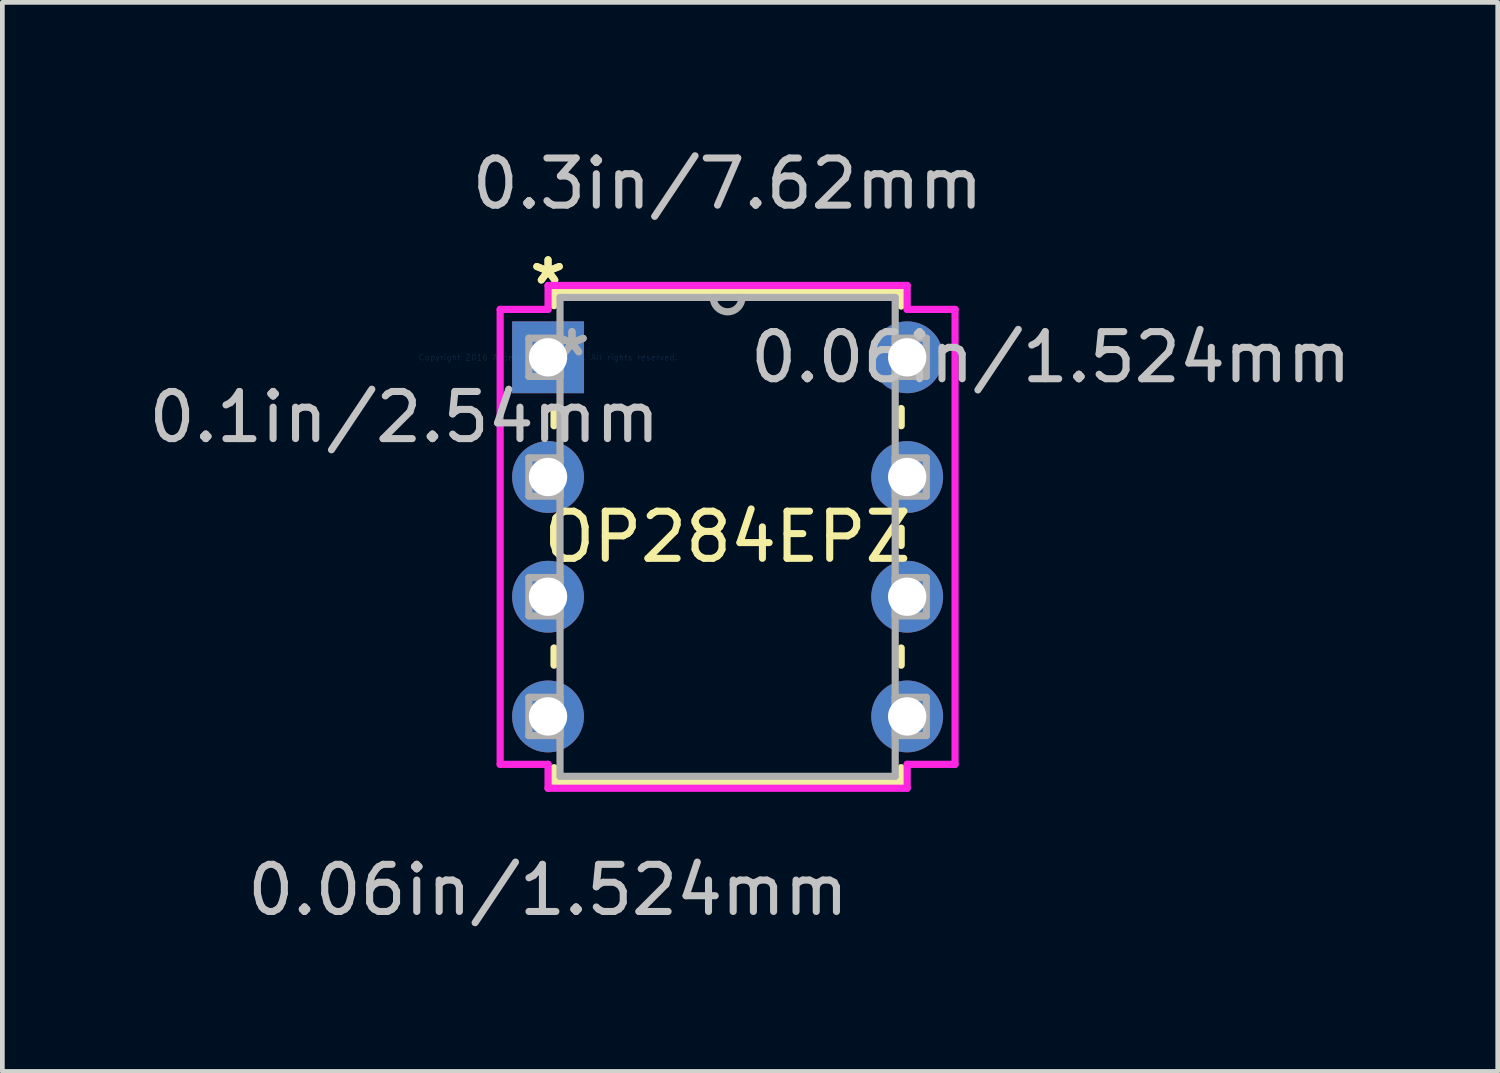
<source format=kicad_pcb>
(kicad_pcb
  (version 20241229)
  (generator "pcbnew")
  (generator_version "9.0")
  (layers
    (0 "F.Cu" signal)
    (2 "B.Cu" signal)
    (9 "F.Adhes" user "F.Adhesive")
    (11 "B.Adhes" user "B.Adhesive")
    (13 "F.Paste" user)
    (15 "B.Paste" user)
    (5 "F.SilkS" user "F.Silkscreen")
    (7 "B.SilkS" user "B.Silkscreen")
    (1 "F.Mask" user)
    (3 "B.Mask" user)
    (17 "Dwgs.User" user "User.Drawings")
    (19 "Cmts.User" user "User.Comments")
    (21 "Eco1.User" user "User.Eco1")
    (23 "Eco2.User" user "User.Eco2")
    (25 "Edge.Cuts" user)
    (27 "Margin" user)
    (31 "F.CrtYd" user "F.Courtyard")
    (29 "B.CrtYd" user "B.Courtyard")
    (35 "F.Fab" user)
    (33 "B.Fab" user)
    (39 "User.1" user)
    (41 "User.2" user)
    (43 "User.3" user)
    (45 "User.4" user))
  (footprint "OP284EPZ"
    (layer "F.Cu")
    (at 8.578 4.531)
    (property "Reference" "OP284EPZ" (at 3.81 3.81 0) (layer "F.SilkS") (effects (font (size 1 1) (thickness 0.15))))
    (attr through_hole)
    (fp_line (start 0.127 -1.397) (end 0.127 -1.095) (stroke (width 0.152) (type solid)) (layer "F.SilkS"))
    (fp_line (start 0.127 1.095) (end 0.127 1.453) (stroke (width 0.152) (type solid)) (layer "F.SilkS"))
    (fp_line (start 0.127 3.627) (end 0.127 3.993) (stroke (width 0.152) (type solid)) (layer "F.SilkS"))
    (fp_line (start 0.127 6.167) (end 0.127 6.533) (stroke (width 0.152) (type solid)) (layer "F.SilkS"))
    (fp_line (start 0.127 8.707) (end 0.127 9.017) (stroke (width 0.152) (type solid)) (layer "F.SilkS"))
    (fp_line (start 0.127 9.017) (end 7.493 9.017) (stroke (width 0.152) (type solid)) (layer "F.SilkS"))
    (fp_line (start 7.493 -1.397) (end 0.127 -1.397) (stroke (width 0.152) (type solid)) (layer "F.SilkS"))
    (fp_line (start 7.493 -1.087) (end 7.493 -1.397) (stroke (width 0.152) (type solid)) (layer "F.SilkS"))
    (fp_line (start 7.493 1.453) (end 7.493 1.087) (stroke (width 0.152) (type solid)) (layer "F.SilkS"))
    (fp_line (start 7.493 3.993) (end 7.493 3.627) (stroke (width 0.152) (type solid)) (layer "F.SilkS"))
    (fp_line (start 7.493 6.533) (end 7.493 6.167) (stroke (width 0.152) (type solid)) (layer "F.SilkS"))
    (fp_line (start 7.493 9.017) (end 7.493 8.707) (stroke (width 0.152) (type solid)) (layer "F.SilkS"))
    (fp_line (start -1.016 -1.016) (end -1.016 8.636) (stroke (width 0.152) (type solid)) (layer "F.CrtYd"))
    (fp_line (start -1.016 8.636) (end 0 8.636) (stroke (width 0.152) (type solid)) (layer "F.CrtYd"))
    (fp_line (start 0 -1.524) (end 0 -1.016) (stroke (width 0.152) (type solid)) (layer "F.CrtYd"))
    (fp_line (start 0 -1.016) (end -1.016 -1.016) (stroke (width 0.152) (type solid)) (layer "F.CrtYd"))
    (fp_line (start 0 8.636) (end 0 9.144) (stroke (width 0.152) (type solid)) (layer "F.CrtYd"))
    (fp_line (start 0 9.144) (end 7.62 9.144) (stroke (width 0.152) (type solid)) (layer "F.CrtYd"))
    (fp_line (start 7.62 -1.524) (end 0 -1.524) (stroke (width 0.152) (type solid)) (layer "F.CrtYd"))
    (fp_line (start 7.62 -1.016) (end 7.62 -1.524) (stroke (width 0.152) (type solid)) (layer "F.CrtYd"))
    (fp_line (start 7.62 8.636) (end 8.636 8.636) (stroke (width 0.152) (type solid)) (layer "F.CrtYd"))
    (fp_line (start 7.62 9.144) (end 7.62 8.636) (stroke (width 0.152) (type solid)) (layer "F.CrtYd"))
    (fp_line (start 8.636 -1.016) (end 7.62 -1.016) (stroke (width 0.152) (type solid)) (layer "F.CrtYd"))
    (fp_line (start 8.636 8.636) (end 8.636 -1.016) (stroke (width 0.152) (type solid)) (layer "F.CrtYd"))
    (fp_line (start -0.406 -0.406) (end -0.406 0.406) (stroke (width 0.152) (type solid)) (layer "F.Fab"))
    (fp_line (start -0.406 0.406) (end 0.254 0.406) (stroke (width 0.152) (type solid)) (layer "F.Fab"))
    (fp_line (start -0.406 2.134) (end -0.406 2.946) (stroke (width 0.152) (type solid)) (layer "F.Fab"))
    (fp_line (start -0.406 2.946) (end 0.254 2.946) (stroke (width 0.152) (type solid)) (layer "F.Fab"))
    (fp_line (start -0.406 4.674) (end -0.406 5.486) (stroke (width 0.152) (type solid)) (layer "F.Fab"))
    (fp_line (start -0.406 5.486) (end 0.254 5.486) (stroke (width 0.152) (type solid)) (layer "F.Fab"))
    (fp_line (start -0.406 7.214) (end -0.406 8.026) (stroke (width 0.152) (type solid)) (layer "F.Fab"))
    (fp_line (start -0.406 8.026) (end 0.254 8.026) (stroke (width 0.152) (type solid)) (layer "F.Fab"))
    (fp_line (start 0.254 -1.27) (end 0.254 8.89) (stroke (width 0.152) (type solid)) (layer "F.Fab"))
    (fp_line (start 0.254 -0.406) (end -0.406 -0.406) (stroke (width 0.152) (type solid)) (layer "F.Fab"))
    (fp_line (start 0.254 0.406) (end 0.254 -0.406) (stroke (width 0.152) (type solid)) (layer "F.Fab"))
    (fp_line (start 0.254 2.134) (end -0.406 2.134) (stroke (width 0.152) (type solid)) (layer "F.Fab"))
    (fp_line (start 0.254 2.946) (end 0.254 2.134) (stroke (width 0.152) (type solid)) (layer "F.Fab"))
    (fp_line (start 0.254 4.674) (end -0.406 4.674) (stroke (width 0.152) (type solid)) (layer "F.Fab"))
    (fp_line (start 0.254 5.486) (end 0.254 4.674) (stroke (width 0.152) (type solid)) (layer "F.Fab"))
    (fp_line (start 0.254 7.214) (end -0.406 7.214) (stroke (width 0.152) (type solid)) (layer "F.Fab"))
    (fp_line (start 0.254 8.026) (end 0.254 7.214) (stroke (width 0.152) (type solid)) (layer "F.Fab"))
    (fp_line (start 0.254 8.89) (end 7.366 8.89) (stroke (width 0.152) (type solid)) (layer "F.Fab"))
    (fp_line (start 7.366 -1.27) (end 0.254 -1.27) (stroke (width 0.152) (type solid)) (layer "F.Fab"))
    (fp_line (start 7.366 -0.406) (end 7.366 0.406) (stroke (width 0.152) (type solid)) (layer "F.Fab"))
    (fp_line (start 7.366 0.406) (end 8.026 0.406) (stroke (width 0.152) (type solid)) (layer "F.Fab"))
    (fp_line (start 7.366 2.134) (end 7.366 2.946) (stroke (width 0.152) (type solid)) (layer "F.Fab"))
    (fp_line (start 7.366 2.946) (end 8.026 2.946) (stroke (width 0.152) (type solid)) (layer "F.Fab"))
    (fp_line (start 7.366 4.674) (end 7.366 5.486) (stroke (width 0.152) (type solid)) (layer "F.Fab"))
    (fp_line (start 7.366 5.486) (end 8.026 5.486) (stroke (width 0.152) (type solid)) (layer "F.Fab"))
    (fp_line (start 7.366 7.214) (end 7.366 8.026) (stroke (width 0.152) (type solid)) (layer "F.Fab"))
    (fp_line (start 7.366 8.026) (end 8.026 8.026) (stroke (width 0.152) (type solid)) (layer "F.Fab"))
    (fp_line (start 7.366 8.89) (end 7.366 -1.27) (stroke (width 0.152) (type solid)) (layer "F.Fab"))
    (fp_line (start 8.026 -0.406) (end 7.366 -0.406) (stroke (width 0.152) (type solid)) (layer "F.Fab"))
    (fp_line (start 8.026 0.406) (end 8.026 -0.406) (stroke (width 0.152) (type solid)) (layer "F.Fab"))
    (fp_line (start 8.026 2.134) (end 7.366 2.134) (stroke (width 0.152) (type solid)) (layer "F.Fab"))
    (fp_line (start 8.026 2.946) (end 8.026 2.134) (stroke (width 0.152) (type solid)) (layer "F.Fab"))
    (fp_line (start 8.026 4.674) (end 7.366 4.674) (stroke (width 0.152) (type solid)) (layer "F.Fab"))
    (fp_line (start 8.026 5.486) (end 8.026 4.674) (stroke (width 0.152) (type solid)) (layer "F.Fab"))
    (fp_line (start 8.026 7.214) (end 7.366 7.214) (stroke (width 0.152) (type solid)) (layer "F.Fab"))
    (fp_line (start 8.026 8.026) (end 8.026 7.214) (stroke (width 0.152) (type solid)) (layer "F.Fab"))
    (fp_arc (start 4.1148 -1.27) (mid 3.81 -0.9652) (end 3.5052 -1.27) (stroke (width 0.1524) (type solid)) (layer "F.Fab"))
    (fp_text user "*" (at 0 -1.524 0) (layer "F.SilkS") (effects (font (size 1 1) (thickness 0.15))))
    (fp_text user "*" (at 0 -1.524 0) (layer "F.SilkS") (effects (font (size 1 1) (thickness 0.15))))
    (fp_text user "0.06in/1.524mm" (at 10.668 0 0) (layer "Dwgs.User") (effects (font (size 1 1) (thickness 0.15))))
    (fp_text user "0.1in/2.54mm" (at -3.048 1.27 0) (layer "Dwgs.User") (effects (font (size 1 1) (thickness 0.15))))
    (fp_text user "0.06in/1.524mm" (at 0 11.303 0) (layer "Dwgs.User") (effects (font (size 1 1) (thickness 0.15))))
    (fp_text user "0.3in/7.62mm" (at 3.81 -3.683 0) (layer "Dwgs.User") (effects (font (size 1 1) (thickness 0.15))))
    (fp_text user "Copyright 2016 Accelerated Designs. All rights reserved." (at 0 0 0) (layer "Cmts.User") (effects (font (size 0.127 0.127) (thickness 0.002))))
    (fp_text user "*" (at 0.508 0 0) (layer "F.Fab") (effects (font (size 1 1) (thickness 0.15))))
    (fp_text user "*" (at 0.508 0 0) (layer "F.Fab") (effects (font (size 1 1) (thickness 0.15))))
    (pad "1" thru_hole rect (at 0 0) (size 1.524 1.524) (drill 0.813) (layers "*.Cu" "*.Mask"))
    (pad "2" thru_hole circle (at 0 2.54) (size 1.524 1.524) (drill 0.813) (layers "*.Cu" "*.Mask"))
    (pad "3" thru_hole circle (at 0 5.08) (size 1.524 1.524) (drill 0.813) (layers "*.Cu" "*.Mask"))
    (pad "4" thru_hole circle (at 0 7.62) (size 1.524 1.524) (drill 0.813) (layers "*.Cu" "*.Mask"))
    (pad "5" thru_hole circle (at 7.62 7.62) (size 1.524 1.524) (drill 0.813) (layers "*.Cu" "*.Mask"))
    (pad "6" thru_hole circle (at 7.62 5.08) (size 1.524 1.524) (drill 0.813) (layers "*.Cu" "*.Mask"))
    (pad "7" thru_hole circle (at 7.62 2.54) (size 1.524 1.524) (drill 0.813) (layers "*.Cu" "*.Mask"))
    (pad "8" thru_hole circle (at 7.62 0) (size 1.524 1.524) (drill 0.813) (layers "*.Cu" "*.Mask")))
  (gr_rect
    (start -3 -3)
    (end 28.728 19.683)
    (stroke (width 0.1) (type default))
    (fill no)
    (layer "Edge.Cuts")))
</source>
